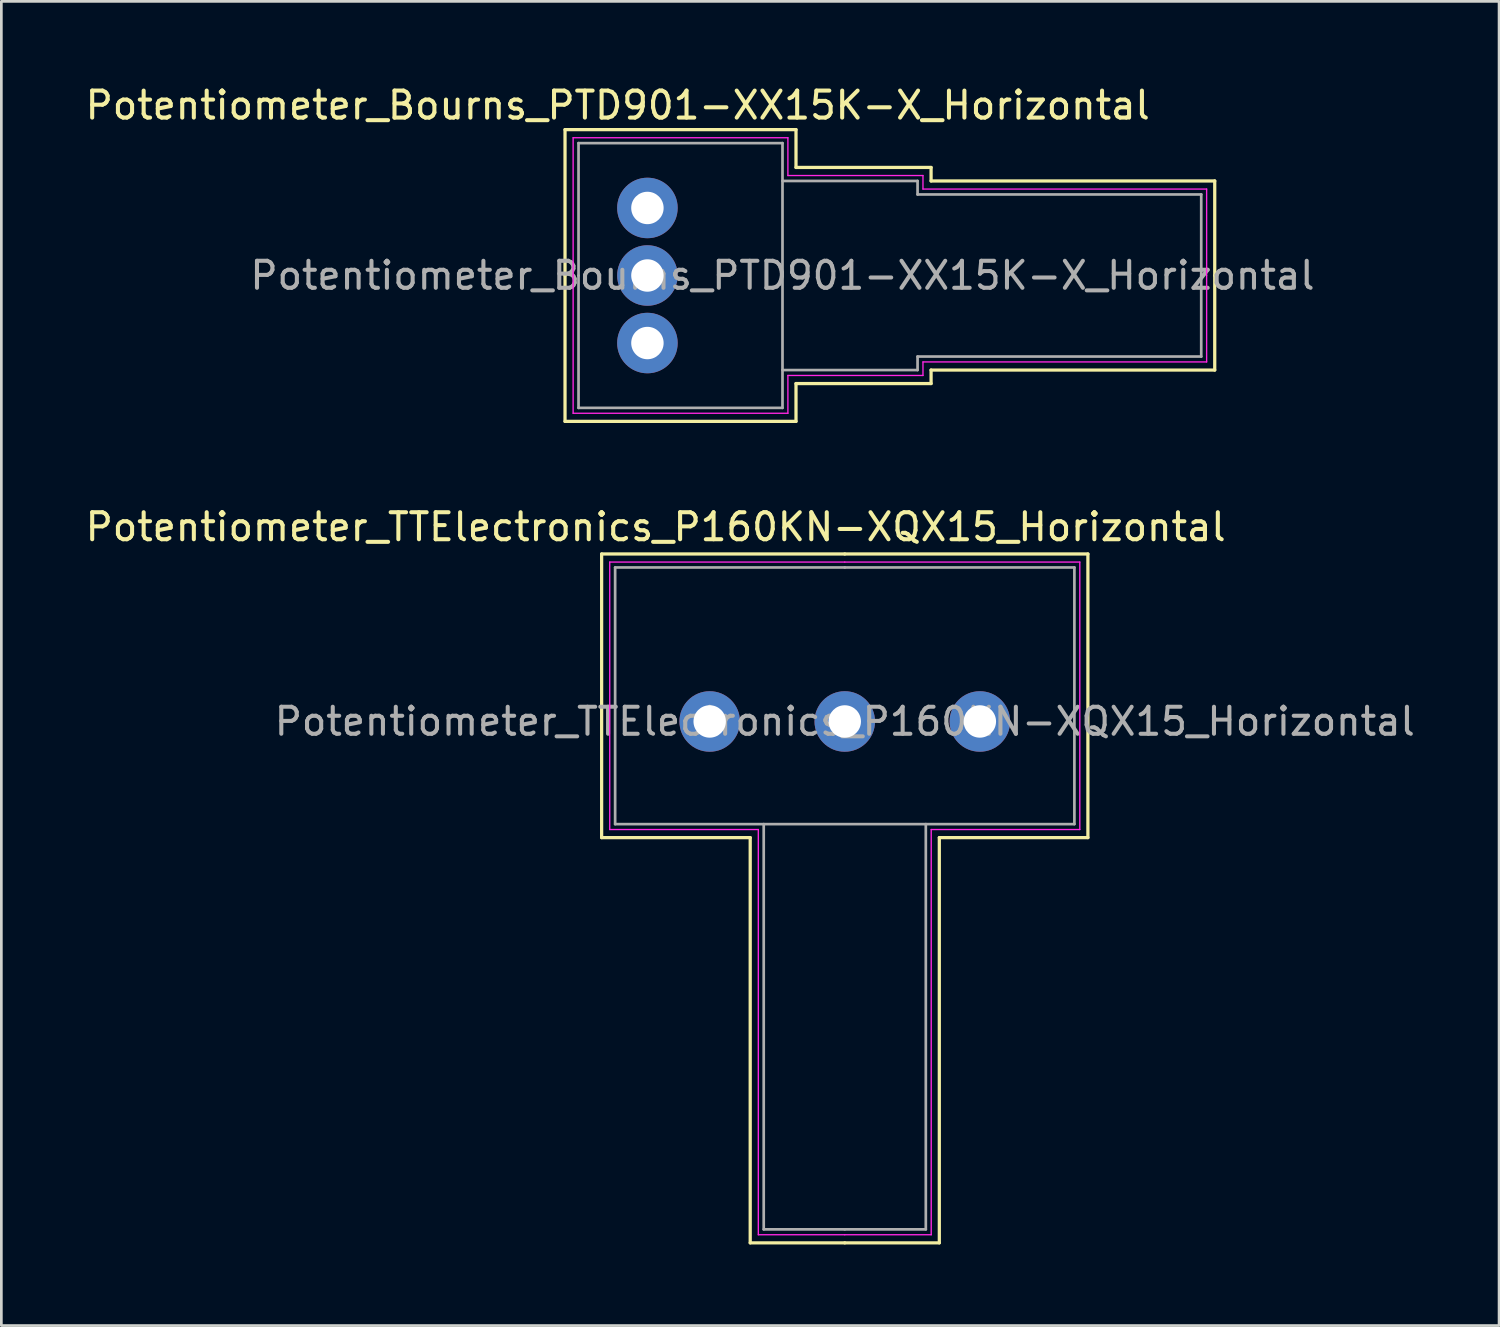
<source format=kicad_pcb>
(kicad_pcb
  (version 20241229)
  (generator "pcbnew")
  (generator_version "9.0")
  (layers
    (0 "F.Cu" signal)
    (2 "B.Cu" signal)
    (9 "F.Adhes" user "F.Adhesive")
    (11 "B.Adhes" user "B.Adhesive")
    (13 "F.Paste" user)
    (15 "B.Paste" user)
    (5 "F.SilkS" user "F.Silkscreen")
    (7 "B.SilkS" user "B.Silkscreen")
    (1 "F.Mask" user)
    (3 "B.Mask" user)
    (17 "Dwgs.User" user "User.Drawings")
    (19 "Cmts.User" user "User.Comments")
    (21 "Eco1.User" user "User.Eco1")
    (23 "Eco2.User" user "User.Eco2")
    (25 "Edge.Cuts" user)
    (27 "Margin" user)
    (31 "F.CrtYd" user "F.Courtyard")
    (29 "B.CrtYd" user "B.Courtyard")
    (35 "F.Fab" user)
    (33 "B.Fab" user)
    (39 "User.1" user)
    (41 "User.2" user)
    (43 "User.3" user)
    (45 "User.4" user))
  (footprint "Potentiometer_TTElectronics_P160KN-XQX15_Horizontal"
    (layer "F.Cu")
    (at 28.22 27.456)
    (property "Reference" "Potentiometer_TTElectronics_P160KN-XQX15_Horizontal" (at -7 -11 0) (unlocked yes) (layer "F.SilkS") (effects (font (size 1 1) (thickness 0.15))))
    (attr smd)
    (fp_line (start -9 -10) (end -9 0.5) (stroke (width 0.12) (type default)) (layer "F.SilkS"))
    (fp_line (start -3.5 0.5) (end -9 0.5) (stroke (width 0.12) (type default)) (layer "F.SilkS"))
    (fp_line (start -3.5 0.5) (end -3.5 15.5) (stroke (width 0.12) (type default)) (layer "F.SilkS"))
    (fp_line (start -3.5 15.5) (end 0 15.5) (stroke (width 0.12) (type default)) (layer "F.SilkS"))
    (fp_line (start 0 -10) (end -9 -10) (stroke (width 0.12) (type default)) (layer "F.SilkS"))
    (fp_line (start 0 -10) (end 9 -10) (stroke (width 0.12) (type default)) (layer "F.SilkS"))
    (fp_line (start 3.5 0.5) (end 3.5 15.5) (stroke (width 0.12) (type default)) (layer "F.SilkS"))
    (fp_line (start 3.5 15.5) (end 0 15.5) (stroke (width 0.12) (type default)) (layer "F.SilkS"))
    (fp_line (start 9 -10) (end 9 0.5) (stroke (width 0.12) (type default)) (layer "F.SilkS"))
    (fp_line (start 9 0.5) (end 3.5 0.5) (stroke (width 0.12) (type default)) (layer "F.SilkS"))
    (fp_line (start -8.7 -9.7) (end -8.7 0.2) (stroke (width 0.05) (type default)) (layer "F.CrtYd"))
    (fp_line (start -8.7 -9.7) (end 0 -9.7) (stroke (width 0.05) (type default)) (layer "F.CrtYd"))
    (fp_line (start -8.7 0.2) (end -3.2 0.2) (stroke (width 0.05) (type default)) (layer "F.CrtYd"))
    (fp_line (start -3.2 0.2) (end -3.2 15.2) (stroke (width 0.05) (type default)) (layer "F.CrtYd"))
    (fp_line (start -3.2 15.2) (end 0 15.2) (stroke (width 0.05) (type default)) (layer "F.CrtYd"))
    (fp_line (start 3.2 0.2) (end 3.2 15.2) (stroke (width 0.05) (type default)) (layer "F.CrtYd"))
    (fp_line (start 3.2 15.2) (end 0 15.2) (stroke (width 0.05) (type default)) (layer "F.CrtYd"))
    (fp_line (start 8.7 -9.7) (end 0 -9.7) (stroke (width 0.05) (type default)) (layer "F.CrtYd"))
    (fp_line (start 8.7 -9.7) (end 8.7 0.2) (stroke (width 0.05) (type default)) (layer "F.CrtYd"))
    (fp_line (start 8.7 0.2) (end 3.2 0.2) (stroke (width 0.05) (type default)) (layer "F.CrtYd"))
    (fp_line (start -8.5 -9.5) (end 0 -9.5) (stroke (width 0.1) (type default)) (layer "F.Fab"))
    (fp_line (start -8.5 0) (end -8.5 -9.5) (stroke (width 0.1) (type default)) (layer "F.Fab"))
    (fp_line (start -8.5 0) (end 8.5 0) (stroke (width 0.1) (type default)) (layer "F.Fab"))
    (fp_line (start -3 0) (end -3 15) (stroke (width 0.1) (type default)) (layer "F.Fab"))
    (fp_line (start -3 15) (end 0 15) (stroke (width 0.1) (type default)) (layer "F.Fab"))
    (fp_line (start 3 0) (end 3 15) (stroke (width 0.1) (type default)) (layer "F.Fab"))
    (fp_line (start 3 15) (end 0 15) (stroke (width 0.1) (type default)) (layer "F.Fab"))
    (fp_line (start 8.5 -9.5) (end 0 -9.5) (stroke (width 0.1) (type default)) (layer "F.Fab"))
    (fp_line (start 8.5 0) (end 8.5 -9.5) (stroke (width 0.1) (type default)) (layer "F.Fab"))
    (fp_text user "${REFERENCE}" (at 0 -3.8 0) (unlocked yes) (layer "F.Fab") (effects (font (size 1 1) (thickness 0.15))))
    (pad "1" thru_hole circle (at -5 -3.8) (size 2.24 2.24) (drill 1.2) (layers "*.Cu" "*.Mask"))
    (pad "2" thru_hole circle (at 0 -3.8) (size 2.24 2.24) (drill 1.2) (layers "*.Cu" "*.Mask"))
    (pad "3" thru_hole circle (at 5 -3.8) (size 2.24 2.24) (drill 1.2) (layers "*.Cu" "*.Mask")))
  (footprint "Potentiometer_Bourns_PTD901-XX15K-X_Horizontal"
    (layer "F.Cu")
    (at 25.915 7.148)
    (property "Reference" "Potentiometer_Bourns_PTD901-XX15K-X_Horizontal" (at -6.1 -6.3 0) (unlocked yes) (layer "F.SilkS") (effects (font (size 1 1) (thickness 0.15))))
    (attr smd)
    (fp_line (start -8.05 0) (end -8.05 -5.4) (stroke (width 0.12) (type default)) (layer "F.SilkS"))
    (fp_line (start -8.05 0) (end -8.05 5.4) (stroke (width 0.12) (type default)) (layer "F.SilkS"))
    (fp_line (start 0.5 -5.4) (end -8.05 -5.4) (stroke (width 0.12) (type default)) (layer "F.SilkS"))
    (fp_line (start 0.5 -5.4) (end 0.5 -4) (stroke (width 0.12) (type default)) (layer "F.SilkS"))
    (fp_line (start 0.5 -4) (end 5.5 -4) (stroke (width 0.12) (type default)) (layer "F.SilkS"))
    (fp_line (start 0.5 4) (end 5.5 4) (stroke (width 0.12) (type default)) (layer "F.SilkS"))
    (fp_line (start 0.5 5.4) (end -8.05 5.4) (stroke (width 0.12) (type default)) (layer "F.SilkS"))
    (fp_line (start 0.5 5.4) (end 0.5 4) (stroke (width 0.12) (type default)) (layer "F.SilkS"))
    (fp_line (start 5.5 -4) (end 5.5 -3.5) (stroke (width 0.12) (type default)) (layer "F.SilkS"))
    (fp_line (start 5.5 -3.5) (end 16 -3.5) (stroke (width 0.12) (type default)) (layer "F.SilkS"))
    (fp_line (start 5.5 3.5) (end 16 3.5) (stroke (width 0.12) (type default)) (layer "F.SilkS"))
    (fp_line (start 5.5 4) (end 5.5 3.5) (stroke (width 0.12) (type default)) (layer "F.SilkS"))
    (fp_line (start 16 -3.5) (end 16 0) (stroke (width 0.12) (type default)) (layer "F.SilkS"))
    (fp_line (start 16 3.5) (end 16 0) (stroke (width 0.12) (type default)) (layer "F.SilkS"))
    (fp_line (start -7.75 -5.1) (end 0.2 -5.1) (stroke (width 0.05) (type default)) (layer "F.CrtYd"))
    (fp_line (start -7.75 0) (end -7.75 -5.1) (stroke (width 0.05) (type default)) (layer "F.CrtYd"))
    (fp_line (start -7.75 0) (end -7.75 5.1) (stroke (width 0.05) (type default)) (layer "F.CrtYd"))
    (fp_line (start -7.75 5.1) (end 0.2 5.1) (stroke (width 0.05) (type default)) (layer "F.CrtYd"))
    (fp_line (start 0.2 -5.1) (end 0.2 -3.7) (stroke (width 0.05) (type default)) (layer "F.CrtYd"))
    (fp_line (start 0.2 -3.7) (end 5.2 -3.7) (stroke (width 0.05) (type default)) (layer "F.CrtYd"))
    (fp_line (start 0.2 3.7) (end 5.2 3.7) (stroke (width 0.05) (type default)) (layer "F.CrtYd"))
    (fp_line (start 0.2 5.1) (end 0.2 3.7) (stroke (width 0.05) (type default)) (layer "F.CrtYd"))
    (fp_line (start 5.2 -3.7) (end 5.2 -3.2) (stroke (width 0.05) (type default)) (layer "F.CrtYd"))
    (fp_line (start 5.2 -3.2) (end 15.7 -3.2) (stroke (width 0.05) (type default)) (layer "F.CrtYd"))
    (fp_line (start 5.2 3.2) (end 15.7 3.2) (stroke (width 0.05) (type default)) (layer "F.CrtYd"))
    (fp_line (start 5.2 3.7) (end 5.2 3.2) (stroke (width 0.05) (type default)) (layer "F.CrtYd"))
    (fp_line (start 15.7 -3.2) (end 15.7 0) (stroke (width 0.05) (type default)) (layer "F.CrtYd"))
    (fp_line (start 15.7 3.2) (end 15.7 0) (stroke (width 0.05) (type default)) (layer "F.CrtYd"))
    (fp_line (start -7.55 -4.9) (end 0 -4.9) (stroke (width 0.1) (type default)) (layer "F.Fab"))
    (fp_line (start -7.55 0) (end -7.55 -4.9) (stroke (width 0.1) (type default)) (layer "F.Fab"))
    (fp_line (start -7.55 0) (end -7.55 4.9) (stroke (width 0.1) (type default)) (layer "F.Fab"))
    (fp_line (start -7.55 4.9) (end 0 4.9) (stroke (width 0.1) (type default)) (layer "F.Fab"))
    (fp_line (start 0 -4.9) (end 0 0) (stroke (width 0.1) (type default)) (layer "F.Fab"))
    (fp_line (start 0 -3.5) (end 5 -3.5) (stroke (width 0.1) (type default)) (layer "F.Fab"))
    (fp_line (start 0 3.5) (end 5 3.5) (stroke (width 0.1) (type default)) (layer "F.Fab"))
    (fp_line (start 0 4.9) (end 0 0) (stroke (width 0.1) (type default)) (layer "F.Fab"))
    (fp_line (start 5 -3) (end 5 -3.5) (stroke (width 0.1) (type default)) (layer "F.Fab"))
    (fp_line (start 5 -3) (end 15.5 -3) (stroke (width 0.1) (type default)) (layer "F.Fab"))
    (fp_line (start 5 3) (end 5 3.5) (stroke (width 0.1) (type default)) (layer "F.Fab"))
    (fp_line (start 5 3) (end 15.5 3) (stroke (width 0.1) (type default)) (layer "F.Fab"))
    (fp_line (start 15.5 -3) (end 15.5 0) (stroke (width 0.1) (type default)) (layer "F.Fab"))
    (fp_line (start 15.5 3) (end 15.5 0) (stroke (width 0.1) (type default)) (layer "F.Fab"))
    (fp_text user "${REFERENCE}" (at 0 0 0) (unlocked yes) (layer "F.Fab") (effects (font (size 1 1) (thickness 0.15))))
    (pad "1" thru_hole circle (at -5 -2.5 90) (size 2.24 2.24) (drill 1.2) (layers "*.Cu" "*.Mask"))
    (pad "2" thru_hole circle (at -5 0 90) (size 2.24 2.24) (drill 1.2) (layers "*.Cu" "*.Mask"))
    (pad "3" thru_hole circle (at -5 2.5 90) (size 2.24 2.24) (drill 1.2) (layers "*.Cu" "*.Mask")))
  (gr_rect
    (start -3 -3)
    (end 52.44 46.017)
    (stroke (width 0.1) (type default))
    (fill no)
    (layer "Edge.Cuts")))
</source>
